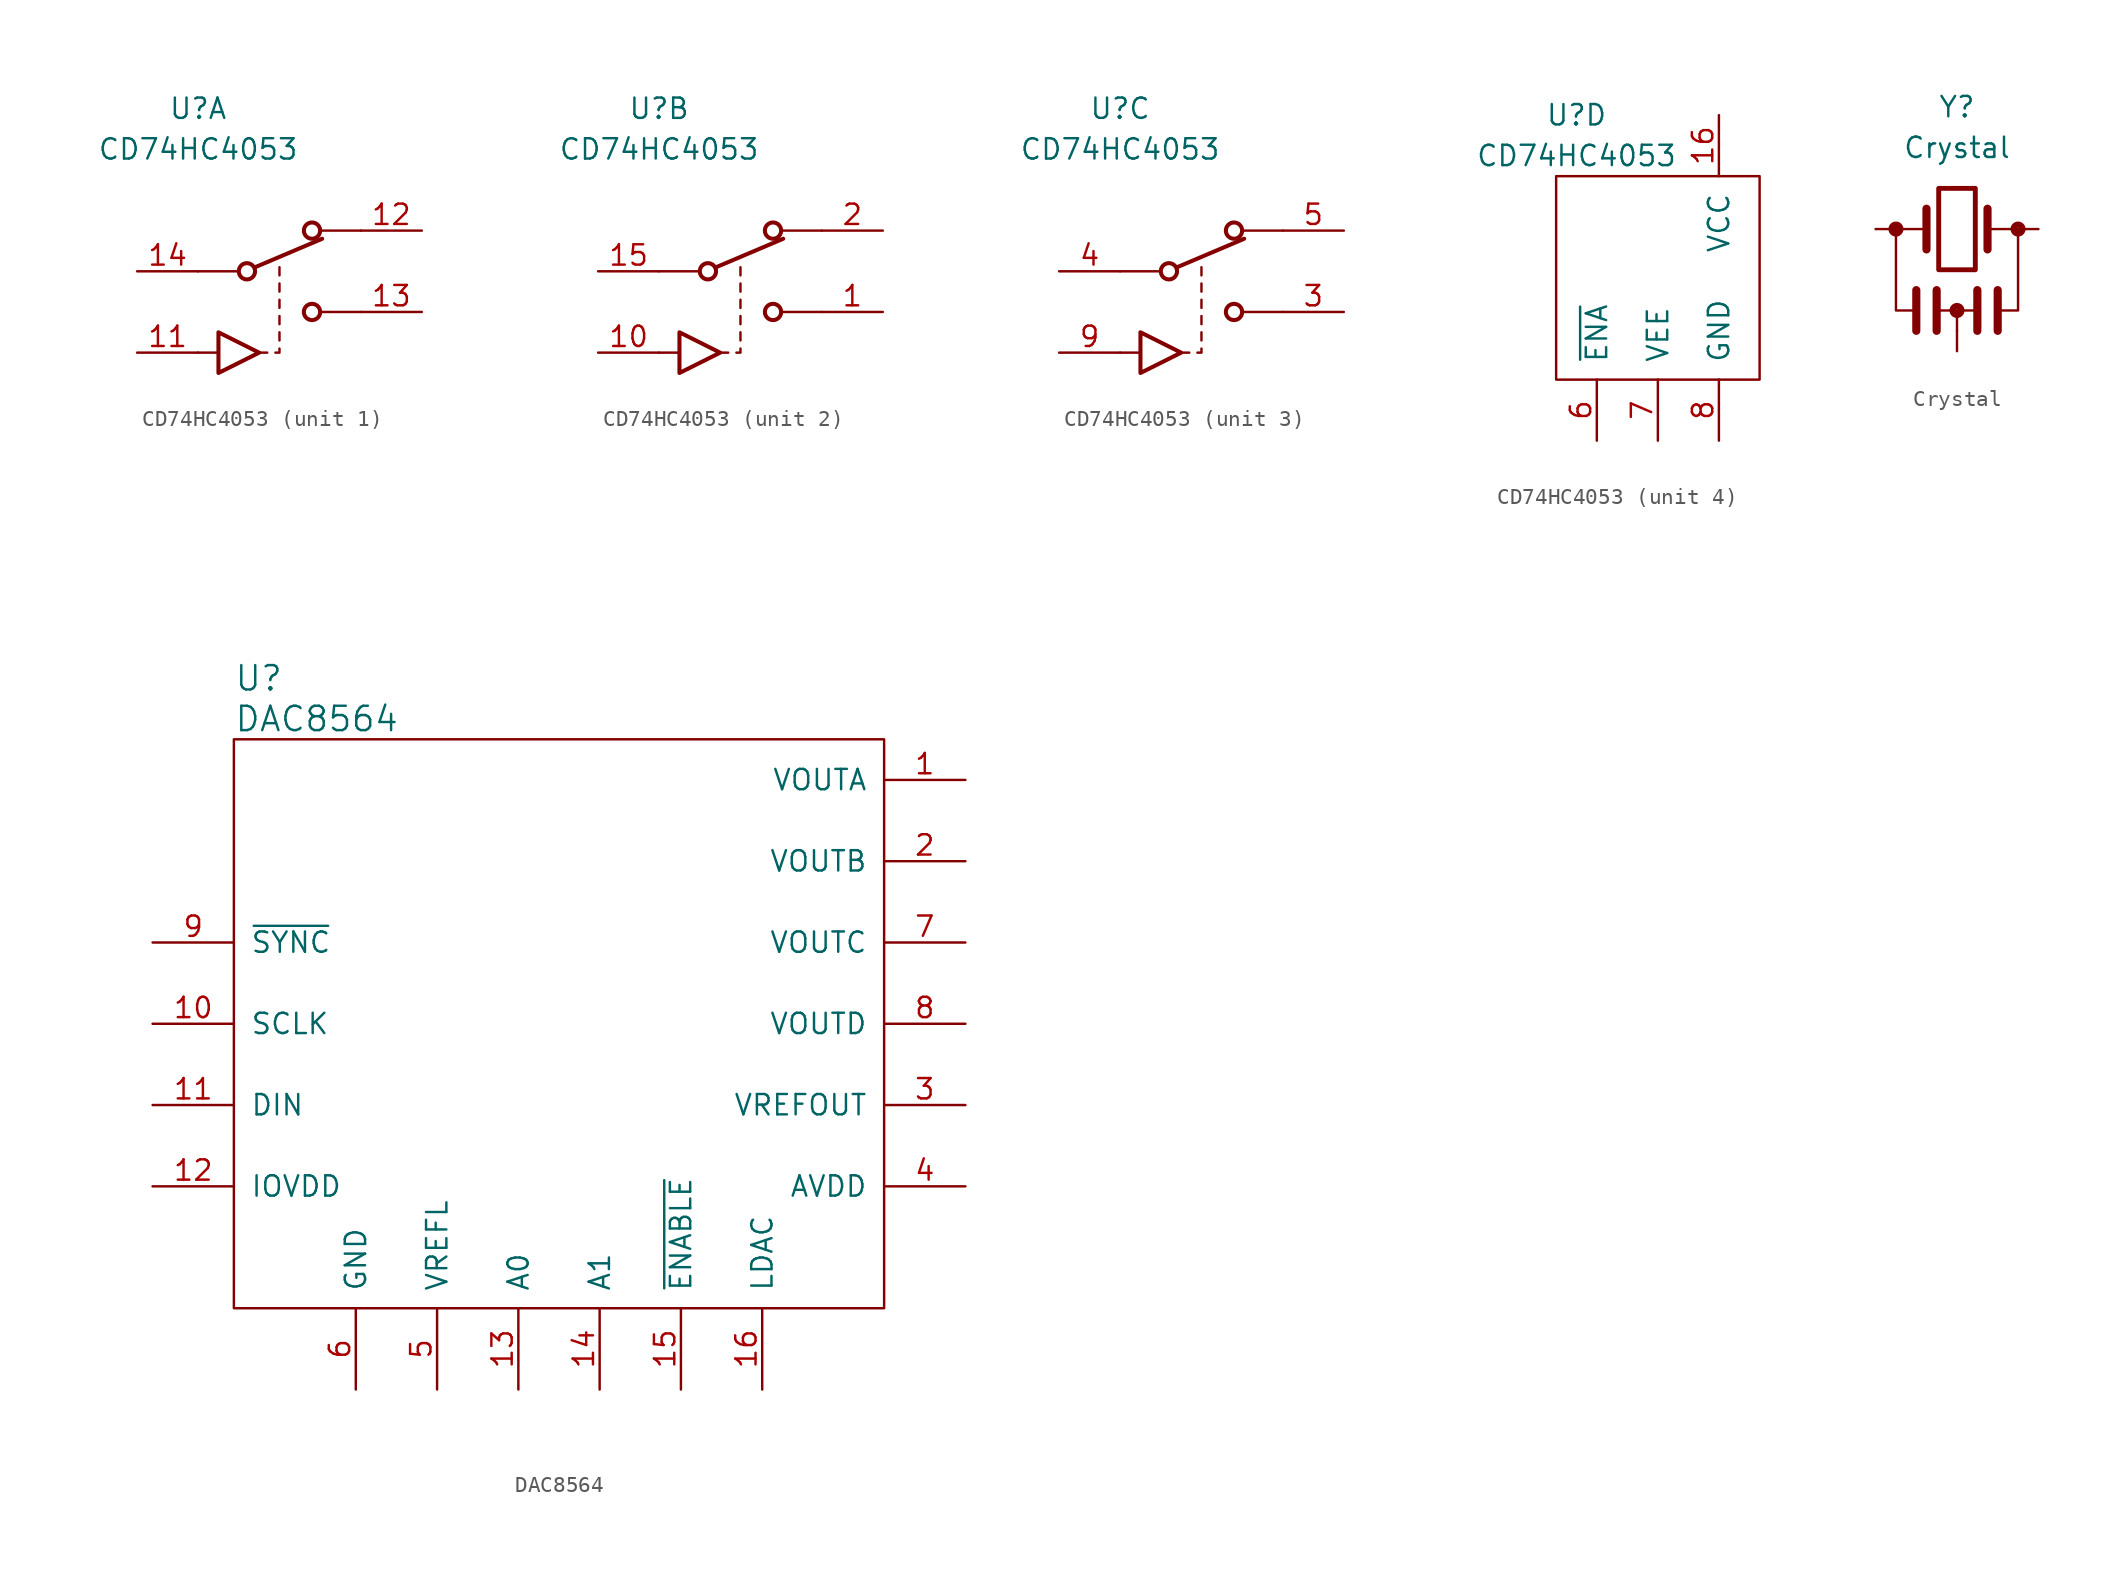
<source format=kicad_sym>
(kicad_symbol_lib
  (version 20231120)
  (generator "kicad_symbol_editor")
  (generator_version "8.0")
  (symbol "CD74HC4053"
    (pin_names
      (offset 1.016))
    (property "Reference" "U"
      (at -5.08 10.16 0)
      (effects (font (size 1.27 1.27))))
    (property "Value" "CD74HC4053"
      (at -5.08 7.62 0)
      (effects (font (size 1.27 1.27))))
    (property "ki_locked" ""
      (at 0 0 0)
      (effects (font (size 1.27 1.27))))
    (symbol "CD74HC4053_1_1"
      (circle (center -2.032 0) (radius 0.508) (stroke (width 0.254) (type default)) (fill (type none)))
      (polyline (pts (xy -3.81 -5.08) (xy -5.08 -5.08)) (stroke (width 0) (type default)) (fill (type none)))
      (polyline (pts (xy -2.54 0) (xy -5.08 0)) (stroke (width 0) (type default)) (fill (type none)))
      (polyline (pts (xy -1.524 0.254) (xy 2.667 2.032)) (stroke (width 0.254) (type default)) (fill (type none)))
      (polyline (pts (xy -1.27 -5.08) (xy -0.762 -5.08)) (stroke (width 0) (type default)) (fill (type none)))
      (polyline (pts (xy 0 -4.318) (xy 0 -3.81)) (stroke (width 0) (type default)) (fill (type none)))
      (polyline (pts (xy 0 -3.302) (xy 0 -2.794)) (stroke (width 0) (type default)) (fill (type none)))
      (polyline (pts (xy 0 -2.286) (xy 0 -1.778)) (stroke (width 0) (type default)) (fill (type none)))
      (polyline (pts (xy 0 -1.27) (xy 0 -0.762)) (stroke (width 0) (type default)) (fill (type none)))
      (polyline (pts (xy 0 -0.254) (xy 0 0.254)) (stroke (width 0) (type default)) (fill (type none)))
      (polyline (pts (xy 2.54 -2.54) (xy 5.08 -2.54)) (stroke (width 0) (type default)) (fill (type none)))
      (polyline (pts (xy 2.54 2.54) (xy 5.08 2.54)) (stroke (width 0) (type default)) (fill (type none)))
      (polyline (pts (xy -0.254 -5.08) (xy 0 -5.08) (xy 0 -4.826)) (stroke (width 0) (type default)) (fill (type none)))
      (polyline (pts (xy -3.81 -3.81) (xy -1.27 -5.08) (xy -3.81 -6.35) (xy -3.81 -3.81)) (stroke (width 0.254) (type default)) (fill (type none)))
      (circle (center 2.032 -2.54) (radius 0.508) (stroke (width 0.254) (type default)) (fill (type none)))
      (circle (center 2.032 2.54) (radius 0.508) (stroke (width 0.254) (type default)) (fill (type none)))
      (pin input line (at -8.89 -5.08 0) (length 3.81) (name "~" (effects (font (size 1.27 1.27)))) (number "11" (effects (font (size 1.27 1.27)))))
      (pin passive line (at 8.89 2.54 180) (length 3.81) (name "~" (effects (font (size 1.27 1.27)))) (number "12" (effects (font (size 1.27 1.27)))))
      (pin passive line (at 8.89 -2.54 180) (length 3.81) (name "~" (effects (font (size 1.27 1.27)))) (number "13" (effects (font (size 1.27 1.27)))))
      (pin passive line (at -8.89 0 0) (length 3.81) (name "~" (effects (font (size 1.27 1.27)))) (number "14" (effects (font (size 1.27 1.27))))))
    (symbol "CD74HC4053_2_1"
      (circle (center -2.032 0) (radius 0.508) (stroke (width 0.254) (type default)) (fill (type none)))
      (polyline (pts (xy -5.08 -5.08) (xy -3.81 -5.08)) (stroke (width 0) (type default)) (fill (type none)))
      (polyline (pts (xy -2.54 0) (xy -5.08 0)) (stroke (width 0) (type default)) (fill (type none)))
      (polyline (pts (xy -1.524 0.254) (xy 2.667 2.032)) (stroke (width 0.254) (type default)) (fill (type none)))
      (polyline (pts (xy -1.27 -5.08) (xy -0.762 -5.08)) (stroke (width 0) (type default)) (fill (type none)))
      (polyline (pts (xy 0 -4.318) (xy 0 -3.81)) (stroke (width 0) (type default)) (fill (type none)))
      (polyline (pts (xy 0 -3.302) (xy 0 -2.794)) (stroke (width 0) (type default)) (fill (type none)))
      (polyline (pts (xy 0 -2.286) (xy 0 -1.778)) (stroke (width 0) (type default)) (fill (type none)))
      (polyline (pts (xy 0 -0.254) (xy 0 0.254)) (stroke (width 0) (type default)) (fill (type none)))
      (polyline (pts (xy 2.54 -2.54) (xy 5.08 -2.54)) (stroke (width 0) (type default)) (fill (type none)))
      (polyline (pts (xy 2.54 2.54) (xy 5.08 2.54)) (stroke (width 0) (type default)) (fill (type none)))
      (polyline (pts (xy -0.254 -5.08) (xy 0 -5.08) (xy 0 -4.826)) (stroke (width 0) (type default)) (fill (type none)))
      (polyline (pts (xy 0 -1.27) (xy 0 -0.762) (xy 0 -1.016)) (stroke (width 0) (type default)) (fill (type none)))
      (polyline (pts (xy -3.81 -5.08) (xy -3.81 -3.81) (xy -1.27 -5.08) (xy -3.81 -6.35) (xy -3.81 -5.08)) (stroke (width 0.254) (type default)) (fill (type none)))
      (circle (center 2.032 -2.54) (radius 0.508) (stroke (width 0.254) (type default)) (fill (type none)))
      (circle (center 2.032 2.54) (radius 0.508) (stroke (width 0.254) (type default)) (fill (type none)))
      (pin passive line (at 8.89 -2.54 180) (length 3.81) (name "~" (effects (font (size 1.27 1.27)))) (number "1" (effects (font (size 1.27 1.27)))))
      (pin input line (at -8.89 -5.08 0) (length 3.81) (name "~" (effects (font (size 1.27 1.27)))) (number "10" (effects (font (size 1.27 1.27)))))
      (pin passive line (at -8.89 0 0) (length 3.81) (name "~" (effects (font (size 1.27 1.27)))) (number "15" (effects (font (size 1.27 1.27)))))
      (pin passive line (at 8.89 2.54 180) (length 3.81) (name "~" (effects (font (size 1.27 1.27)))) (number "2" (effects (font (size 1.27 1.27))))))
    (symbol "CD74HC4053_3_1"
      (circle (center -2.032 0) (radius 0.508) (stroke (width 0.254) (type default)) (fill (type none)))
      (polyline (pts (xy -5.08 -5.08) (xy -3.81 -5.08)) (stroke (width 0) (type default)) (fill (type none)))
      (polyline (pts (xy -2.54 0) (xy -5.08 0)) (stroke (width 0) (type default)) (fill (type none)))
      (polyline (pts (xy -1.524 0.254) (xy 2.667 2.032)) (stroke (width 0.254) (type default)) (fill (type none)))
      (polyline (pts (xy -1.27 -5.08) (xy -0.762 -5.08)) (stroke (width 0) (type default)) (fill (type none)))
      (polyline (pts (xy 0 -4.318) (xy 0 -3.81)) (stroke (width 0) (type default)) (fill (type none)))
      (polyline (pts (xy 0 -3.302) (xy 0 -2.794)) (stroke (width 0) (type default)) (fill (type none)))
      (polyline (pts (xy 0 -2.286) (xy 0 -1.778)) (stroke (width 0) (type default)) (fill (type none)))
      (polyline (pts (xy 0 -0.254) (xy 0 0.254)) (stroke (width 0) (type default)) (fill (type none)))
      (polyline (pts (xy 2.54 -2.54) (xy 5.08 -2.54)) (stroke (width 0) (type default)) (fill (type none)))
      (polyline (pts (xy 2.54 2.54) (xy 5.08 2.54)) (stroke (width 0) (type default)) (fill (type none)))
      (polyline (pts (xy -0.254 -5.08) (xy 0 -5.08) (xy 0 -4.826)) (stroke (width 0) (type default)) (fill (type none)))
      (polyline (pts (xy 0 -1.27) (xy 0 -0.762) (xy 0 -1.016)) (stroke (width 0) (type default)) (fill (type none)))
      (polyline (pts (xy -3.81 -5.08) (xy -3.81 -3.81) (xy -1.27 -5.08) (xy -3.81 -6.35) (xy -3.81 -5.08)) (stroke (width 0.254) (type default)) (fill (type none)))
      (circle (center 2.032 -2.54) (radius 0.508) (stroke (width 0.254) (type default)) (fill (type none)))
      (circle (center 2.032 2.54) (radius 0.508) (stroke (width 0.254) (type default)) (fill (type none)))
      (pin passive line (at 8.89 -2.54 180) (length 3.81) (name "~" (effects (font (size 1.27 1.27)))) (number "3" (effects (font (size 1.27 1.27)))))
      (pin passive line (at -8.89 0 0) (length 3.81) (name "~" (effects (font (size 1.27 1.27)))) (number "4" (effects (font (size 1.27 1.27)))))
      (pin passive line (at 8.89 2.54 180) (length 3.81) (name "~" (effects (font (size 1.27 1.27)))) (number "5" (effects (font (size 1.27 1.27)))))
      (pin input line (at -8.89 -5.08 0) (length 3.81) (name "~" (effects (font (size 1.27 1.27)))) (number "9" (effects (font (size 1.27 1.27))))))
    (symbol "CD74HC4053_4_1"
      (rectangle (start -6.35 6.35) (end 6.35 -6.35) (stroke (width 0) (type default)) (fill (type none)))
      (pin power_in line (at 3.81 10.16 270) (length 3.81) (name "VCC" (effects (font (size 1.27 1.27)))) (number "16" (effects (font (size 1.27 1.27)))))
      (pin input line (at -3.81 -10.16 90) (length 3.81) (name "~{ENA}" (effects (font (size 1.27 1.27)))) (number "6" (effects (font (size 1.27 1.27)))))
      (pin power_in line (at 0 -10.16 90) (length 3.81) (name "VEE" (effects (font (size 1.27 1.27)))) (number "7" (effects (font (size 1.27 1.27)))))
      (pin power_in line (at 3.81 -10.16 90) (length 3.81) (name "GND" (effects (font (size 1.27 1.27)))) (number "8" (effects (font (size 1.27 1.27)))))))
  (symbol "Crystal"
    (pin_numbers hide)
    (pin_names
      (offset 1.016) hide)
    (property "Reference" "Y"
      (at 0 7.62 0)
      (effects (font (size 1.27 1.27))))
    (property "Value" "Crystal"
      (at 0 5.08 0)
      (effects (font (size 1.27 1.27))))
    (symbol "Crystal_0_1"
      (circle (center -3.81 0) (radius 0.279) (stroke (width 0.381) (type default)) (fill (type none)))
      (circle (center -3.81 0.127) (radius 0.0001) (stroke (width 0) (type default)) (fill (type none)))
      (rectangle (start -1.143 2.54) (end 1.143 -2.54) (stroke (width 0.305) (type default)) (fill (type none)))
      (circle (center 0 -5.08) (radius 0.279) (stroke (width 0.381) (type default)) (fill (type none)))
      (polyline (pts (xy -3.81 0) (xy -1.905 0)) (stroke (width 0) (type default)) (fill (type none)))
      (polyline (pts (xy -2.54 -3.81) (xy -2.54 -6.35)) (stroke (width 0.508) (type default)) (fill (type none)))
      (polyline (pts (xy -1.905 -1.27) (xy -1.905 1.27)) (stroke (width 0.508) (type default)) (fill (type none)))
      (polyline (pts (xy -1.27 -5.08) (xy 1.27 -5.08)) (stroke (width 0) (type default)) (fill (type none)))
      (polyline (pts (xy -1.27 -3.81) (xy -1.27 -6.35)) (stroke (width 0.508) (type default)) (fill (type none)))
      (polyline (pts (xy 0 -6.35) (xy 0 -5.08)) (stroke (width 0) (type default)) (fill (type none)))
      (polyline (pts (xy 1.27 -3.81) (xy 1.27 -6.35)) (stroke (width 0.508) (type default)) (fill (type none)))
      (polyline (pts (xy 1.905 -1.27) (xy 1.905 1.27)) (stroke (width 0.508) (type default)) (fill (type none)))
      (polyline (pts (xy 2.54 -3.81) (xy 2.54 -6.35)) (stroke (width 0.508) (type default)) (fill (type none)))
      (polyline (pts (xy 3.81 0) (xy 1.905 0)) (stroke (width 0) (type default)) (fill (type none)))
      (polyline (pts (xy -3.81 0) (xy -3.81 -5.08) (xy -2.54 -5.08)) (stroke (width 0) (type default)) (fill (type none)))
      (polyline (pts (xy 2.54 -5.08) (xy 3.81 -5.08) (xy 3.81 0)) (stroke (width 0) (type default)) (fill (type none)))
      (circle (center 3.81 0) (radius 0.279) (stroke (width 0.381) (type default)) (fill (type none))))
    (symbol "Crystal_1_1"
      (pin passive line (at -5.08 0 0) (length 1.27) (name "1" (effects (font (size 1.27 1.27)))) (number "1" (effects (font (size 1.27 1.27)))))
      (pin passive line (at 0 -7.62 90) (length 1.27) (name "2" (effects (font (size 1.27 1.27)))) (number "2" (effects (font (size 1.27 1.27)))))
      (pin passive line (at 5.08 0 180) (length 1.27) (name "3" (effects (font (size 1.27 1.27)))) (number "3" (effects (font (size 1.27 1.27)))))))
  (symbol "DAC8564"
    (pin_names
      (offset 1.016))
    (property "Reference" "U"
      (at -20.32 21.59 0)
      (effects (font (size 1.524 1.524)) (justify left)))
    (property "Value" "DAC8564"
      (at -20.32 19.05 0)
      (effects (font (size 1.524 1.524)) (justify left)))
    (symbol "DAC8564_0_1"
      (rectangle (start -20.32 -17.78) (end 20.32 17.78) (stroke (width 0) (type default)) (fill (type none))))
    (symbol "DAC8564_1_1"
      (pin input line (at 25.4 15.24 180) (length 5.08) (name "VOUTA" (effects (font (size 1.27 1.27)))) (number "1" (effects (font (size 1.27 1.27)))))
      (pin input line (at -25.4 0 0) (length 5.08) (name "SCLK" (effects (font (size 1.27 1.27)))) (number "10" (effects (font (size 1.27 1.27)))))
      (pin input line (at -25.4 -5.08 0) (length 5.08) (name "DIN" (effects (font (size 1.27 1.27)))) (number "11" (effects (font (size 1.27 1.27)))))
      (pin input line (at -25.4 -10.16 0) (length 5.08) (name "IOVDD" (effects (font (size 1.27 1.27)))) (number "12" (effects (font (size 1.27 1.27)))))
      (pin input line (at -2.54 -22.86 90) (length 5.08) (name "A0" (effects (font (size 1.27 1.27)))) (number "13" (effects (font (size 1.27 1.27)))))
      (pin input line (at 2.54 -22.86 90) (length 5.08) (name "A1" (effects (font (size 1.27 1.27)))) (number "14" (effects (font (size 1.27 1.27)))))
      (pin input line (at 7.62 -22.86 90) (length 5.08) (name "~{ENABLE}" (effects (font (size 1.27 1.27)))) (number "15" (effects (font (size 1.27 1.27)))))
      (pin input line (at 12.7 -22.86 90) (length 5.08) (name "LDAC" (effects (font (size 1.27 1.27)))) (number "16" (effects (font (size 1.27 1.27)))))
      (pin input line (at 25.4 10.16 180) (length 5.08) (name "VOUTB" (effects (font (size 1.27 1.27)))) (number "2" (effects (font (size 1.27 1.27)))))
      (pin input line (at 25.4 -5.08 180) (length 5.08) (name "VREFOUT" (effects (font (size 1.27 1.27)))) (number "3" (effects (font (size 1.27 1.27)))))
      (pin input line (at 25.4 -10.16 180) (length 5.08) (name "AVDD" (effects (font (size 1.27 1.27)))) (number "4" (effects (font (size 1.27 1.27)))))
      (pin input line (at -7.62 -22.86 90) (length 5.08) (name "VREFL" (effects (font (size 1.27 1.27)))) (number "5" (effects (font (size 1.27 1.27)))))
      (pin input line (at -12.7 -22.86 90) (length 5.08) (name "GND" (effects (font (size 1.27 1.27)))) (number "6" (effects (font (size 1.27 1.27)))))
      (pin input line (at 25.4 5.08 180) (length 5.08) (name "VOUTC" (effects (font (size 1.27 1.27)))) (number "7" (effects (font (size 1.27 1.27)))))
      (pin input line (at 25.4 0 180) (length 5.08) (name "VOUTD" (effects (font (size 1.27 1.27)))) (number "8" (effects (font (size 1.27 1.27)))))
      (pin input line (at -25.4 5.08 0) (length 5.08) (name "~{SYNC}" (effects (font (size 1.27 1.27)))) (number "9" (effects (font (size 1.27 1.27))))))))
</source>
